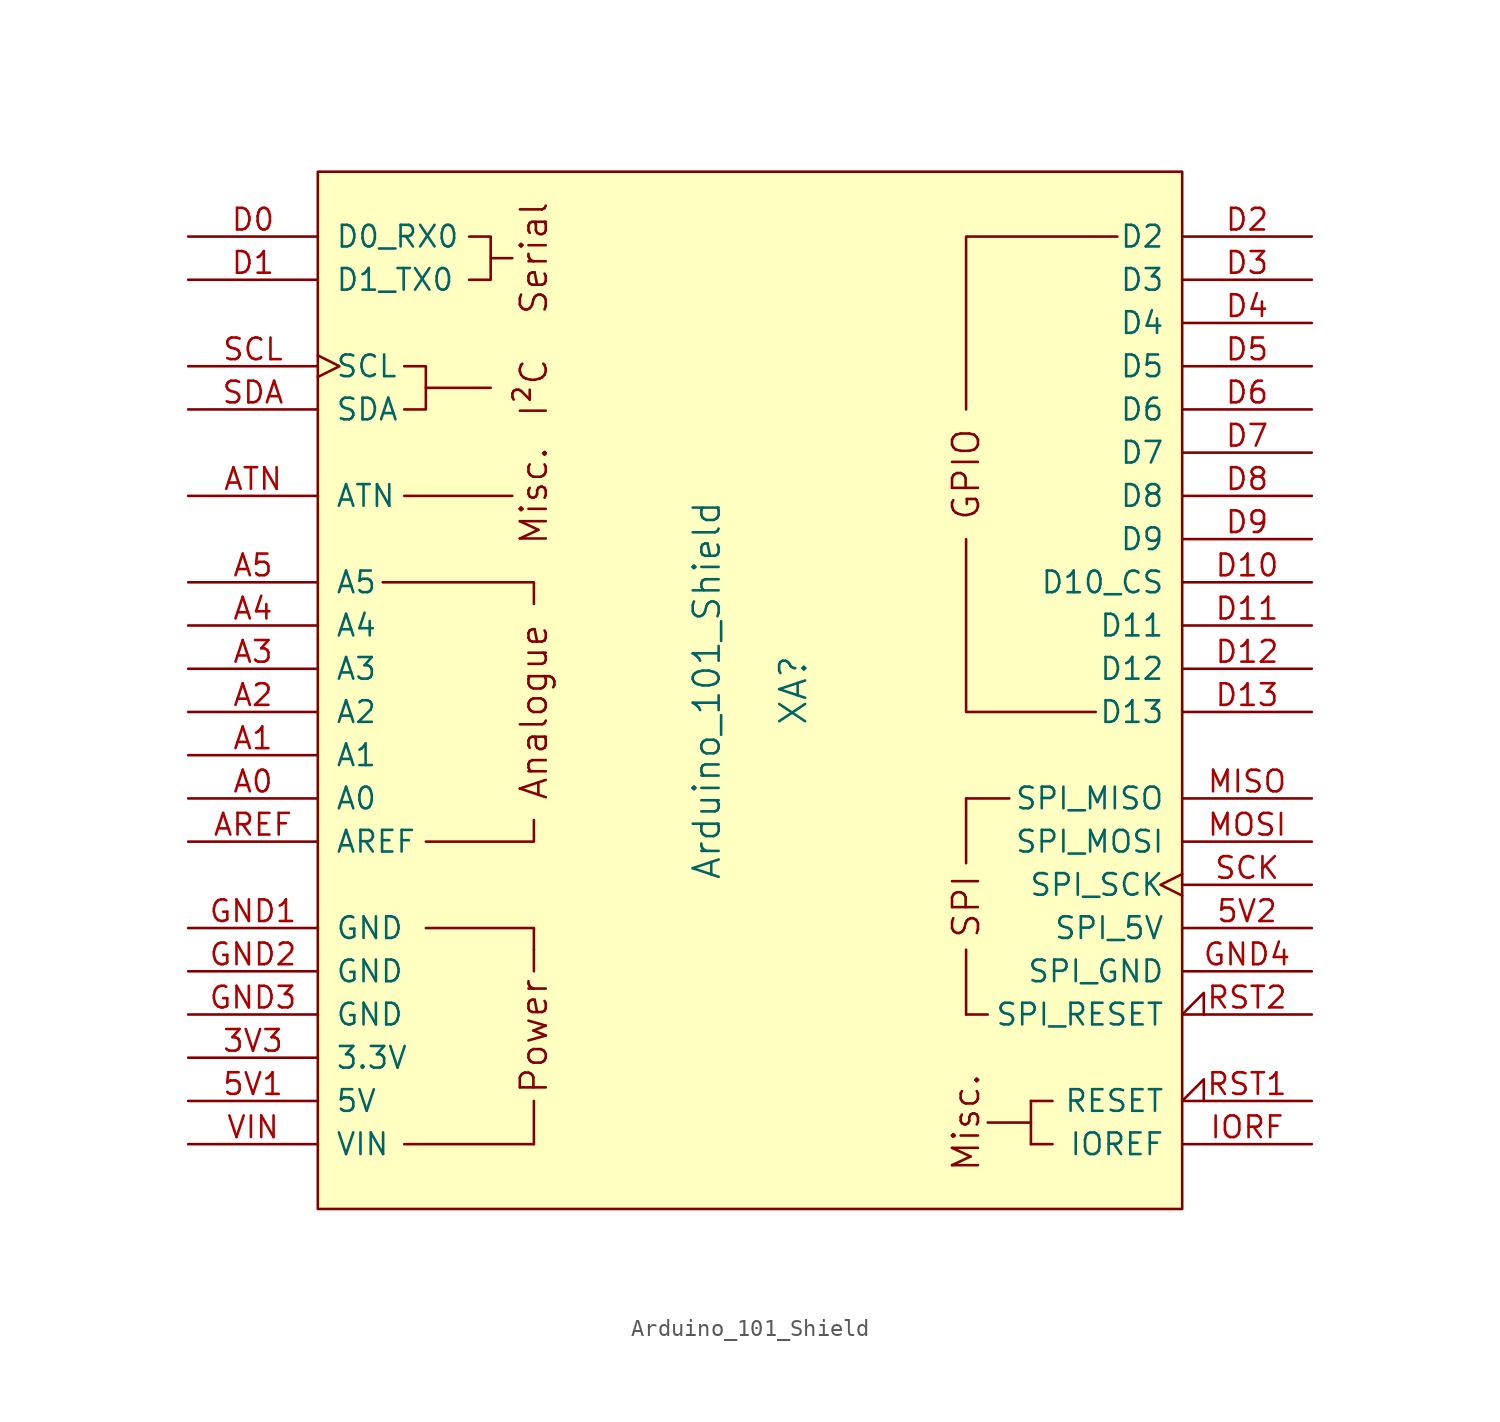
<source format=kicad_sym>
(kicad_symbol_lib
  (version 20211014)
  (generator kicad_symbol_editor)
  (symbol "Arduino_101_Shield"
    (pin_names
      (offset 1.016))
    (property "Reference" "XA"
      (at 2.54 0 90)
      (effects (font (size 1.524 1.524))))
    (property "Value" "Arduino_101_Shield"
      (at -2.54 0 90)
      (effects (font (size 1.524 1.524))))
    (symbol "Arduino_101_Shield_0_0"
      (rectangle (start -25.4 30.48) (end 25.4 -30.48) (stroke (width 0) (type default) (color 0 0 0 0)) (fill (type background)))
      (rectangle (start -20.32 -26.67) (end -12.7 -26.67) (stroke (width 0) (type default) (color 0 0 0 0)) (fill (type none)))
      (rectangle (start -19.05 -13.97) (end -12.7 -13.97) (stroke (width 0) (type default) (color 0 0 0 0)) (fill (type none)))
      (polyline (pts (xy -19.05 17.78) (xy -15.24 17.78)) (stroke (width 0) (type default) (color 0 0 0 0)) (fill (type none)))
      (polyline (pts (xy -15.24 25.4) (xy -13.97 25.4)) (stroke (width 0) (type default) (color 0 0 0 0)) (fill (type none)))
      (polyline (pts (xy -13.97 11.43) (xy -20.32 11.43)) (stroke (width 0) (type default) (color 0 0 0 0)) (fill (type none)))
      (polyline (pts (xy -12.7 -26.67) (xy -12.7 -24.13)) (stroke (width 0) (type default) (color 0 0 0 0)) (fill (type none)))
      (polyline (pts (xy -12.7 -15.24) (xy -12.7 -16.51)) (stroke (width 0) (type default) (color 0 0 0 0)) (fill (type none)))
      (polyline (pts (xy -12.7 -13.97) (xy -12.7 -15.24)) (stroke (width 0) (type default) (color 0 0 0 0)) (fill (type none)))
      (polyline (pts (xy -12.7 -7.62) (xy -12.7 -8.89) (xy -19.05 -8.89)) (stroke (width 0) (type default) (color 0 0 0 0)) (fill (type none)))
      (polyline (pts (xy -12.7 5.08) (xy -12.7 6.35) (xy -21.59 6.35)) (stroke (width 0) (type default) (color 0 0 0 0)) (fill (type none)))
      (polyline (pts (xy 12.7 8.89) (xy 12.7 -1.27) (xy 20.32 -1.27)) (stroke (width 0) (type default) (color 0 0 0 0)) (fill (type none)))
      (polyline (pts (xy 12.7 16.51) (xy 12.7 26.67) (xy 21.59 26.67)) (stroke (width 0) (type default) (color 0 0 0 0)) (fill (type none)))
      (polyline (pts (xy -20.32 19.05) (xy -19.05 19.05) (xy -19.05 16.51) (xy -20.32 16.51)) (stroke (width 0) (type default) (color 0 0 0 0)) (fill (type none)))
      (polyline (pts (xy -16.51 26.67) (xy -15.24 26.67) (xy -15.24 24.13) (xy -16.51 24.13)) (stroke (width 0) (type default) (color 0 0 0 0)) (fill (type none)))
      (rectangle (start 12.7 -19.05) (end 12.7 -15.24) (stroke (width 0) (type default) (color 0 0 0 0)) (fill (type none)))
      (rectangle (start 12.7 -10.16) (end 12.7 -6.35) (stroke (width 0) (type default) (color 0 0 0 0)) (fill (type none)))
      (rectangle (start 13.97 -19.05) (end 12.7 -19.05) (stroke (width 0) (type default) (color 0 0 0 0)) (fill (type none)))
      (rectangle (start 15.24 -6.35) (end 12.7 -6.35) (stroke (width 0) (type default) (color 0 0 0 0)) (fill (type none)))
      (rectangle (start 16.51 -25.4) (end 13.97 -25.4) (stroke (width 0) (type default) (color 0 0 0 0)) (fill (type none)))
      (rectangle (start 16.51 -24.13) (end 16.51 -26.67) (stroke (width 0) (type default) (color 0 0 0 0)) (fill (type none)))
      (rectangle (start 17.78 -26.67) (end 16.51 -26.67) (stroke (width 0) (type default) (color 0 0 0 0)) (fill (type none)))
      (rectangle (start 17.78 -24.13) (end 16.51 -24.13) (stroke (width 0) (type default) (color 0 0 0 0)) (fill (type none)))
      (text "Analogue" (at -12.7 -1.27 900) (effects (font (size 1.524 1.524))))
      (text "I²C" (at -12.7 17.78 900) (effects (font (size 1.524 1.524))))
      (text "Misc." (at -12.7 11.43 900) (effects (font (size 1.524 1.524))))
      (text "Misc." (at 12.7 -25.4 900) (effects (font (size 1.524 1.524))))
      (text "Power" (at -12.7 -20.32 900) (effects (font (size 1.524 1.524))))
      (text "Serial" (at -12.7 25.4 900) (effects (font (size 1.524 1.524))))
      (text "SPI" (at 12.7 -12.7 900) (effects (font (size 1.524 1.524)))))
    (symbol "Arduino_101_Shield_1_0"
      (text "GPIO" (at 12.7 12.7 900) (effects (font (size 1.524 1.524)))))
    (symbol "Arduino_101_Shield_1_1"
      (pin power_in line (at -33.02 -21.59 0) (length 7.62) (name "3.3V" (effects (font (size 1.27 1.27)))) (number "3V3" (effects (font (size 1.27 1.27)))))
      (pin power_in line (at -33.02 -24.13 0) (length 7.62) (name "5V" (effects (font (size 1.27 1.27)))) (number "5V1" (effects (font (size 1.27 1.27)))))
      (pin power_in line (at 33.02 -13.97 180) (length 7.62) (name "SPI_5V" (effects (font (size 1.27 1.27)))) (number "5V2" (effects (font (size 1.27 1.27)))))
      (pin bidirectional line (at -33.02 -6.35 0) (length 7.62) (name "A0" (effects (font (size 1.27 1.27)))) (number "A0" (effects (font (size 1.27 1.27)))))
      (pin bidirectional line (at -33.02 -3.81 0) (length 7.62) (name "A1" (effects (font (size 1.27 1.27)))) (number "A1" (effects (font (size 1.27 1.27)))))
      (pin bidirectional line (at -33.02 -1.27 0) (length 7.62) (name "A2" (effects (font (size 1.27 1.27)))) (number "A2" (effects (font (size 1.27 1.27)))))
      (pin bidirectional line (at -33.02 1.27 0) (length 7.62) (name "A3" (effects (font (size 1.27 1.27)))) (number "A3" (effects (font (size 1.27 1.27)))))
      (pin bidirectional line (at -33.02 3.81 0) (length 7.62) (name "A4" (effects (font (size 1.27 1.27)))) (number "A4" (effects (font (size 1.27 1.27)))))
      (pin bidirectional line (at -33.02 6.35 0) (length 7.62) (name "A5" (effects (font (size 1.27 1.27)))) (number "A5" (effects (font (size 1.27 1.27)))))
      (pin input line (at -33.02 -8.89 0) (length 7.62) (name "AREF" (effects (font (size 1.27 1.27)))) (number "AREF" (effects (font (size 1.27 1.27)))))
      (pin bidirectional line (at -33.02 11.43 0) (length 7.62) (name "ATN" (effects (font (size 1.27 1.27)))) (number "ATN" (effects (font (size 1.27 1.27)))))
      (pin bidirectional line (at -33.02 26.67 0) (length 7.62) (name "D0_RX0" (effects (font (size 1.27 1.27)))) (number "D0" (effects (font (size 1.27 1.27)))))
      (pin bidirectional line (at -33.02 24.13 0) (length 7.62) (name "D1_TX0" (effects (font (size 1.27 1.27)))) (number "D1" (effects (font (size 1.27 1.27)))))
      (pin bidirectional line (at 33.02 6.35 180) (length 7.62) (name "D10_CS" (effects (font (size 1.27 1.27)))) (number "D10" (effects (font (size 1.27 1.27)))))
      (pin bidirectional line (at 33.02 3.81 180) (length 7.62) (name "D11" (effects (font (size 1.27 1.27)))) (number "D11" (effects (font (size 1.27 1.27)))))
      (pin bidirectional line (at 33.02 1.27 180) (length 7.62) (name "D12" (effects (font (size 1.27 1.27)))) (number "D12" (effects (font (size 1.27 1.27)))))
      (pin bidirectional line (at 33.02 -1.27 180) (length 7.62) (name "D13" (effects (font (size 1.27 1.27)))) (number "D13" (effects (font (size 1.27 1.27)))))
      (pin bidirectional line (at 33.02 26.67 180) (length 7.62) (name "D2" (effects (font (size 1.27 1.27)))) (number "D2" (effects (font (size 1.27 1.27)))))
      (pin bidirectional line (at 33.02 24.13 180) (length 7.62) (name "D3" (effects (font (size 1.27 1.27)))) (number "D3" (effects (font (size 1.27 1.27)))))
      (pin bidirectional line (at 33.02 21.59 180) (length 7.62) (name "D4" (effects (font (size 1.27 1.27)))) (number "D4" (effects (font (size 1.27 1.27)))))
      (pin bidirectional line (at 33.02 19.05 180) (length 7.62) (name "D5" (effects (font (size 1.27 1.27)))) (number "D5" (effects (font (size 1.27 1.27)))))
      (pin bidirectional line (at 33.02 16.51 180) (length 7.62) (name "D6" (effects (font (size 1.27 1.27)))) (number "D6" (effects (font (size 1.27 1.27)))))
      (pin bidirectional line (at 33.02 13.97 180) (length 7.62) (name "D7" (effects (font (size 1.27 1.27)))) (number "D7" (effects (font (size 1.27 1.27)))))
      (pin bidirectional line (at 33.02 11.43 180) (length 7.62) (name "D8" (effects (font (size 1.27 1.27)))) (number "D8" (effects (font (size 1.27 1.27)))))
      (pin bidirectional line (at 33.02 8.89 180) (length 7.62) (name "D9" (effects (font (size 1.27 1.27)))) (number "D9" (effects (font (size 1.27 1.27)))))
      (pin power_in line (at -33.02 -13.97 0) (length 7.62) (name "GND" (effects (font (size 1.27 1.27)))) (number "GND1" (effects (font (size 1.27 1.27)))))
      (pin power_in line (at -33.02 -16.51 0) (length 7.62) (name "GND" (effects (font (size 1.27 1.27)))) (number "GND2" (effects (font (size 1.27 1.27)))))
      (pin power_in line (at -33.02 -19.05 0) (length 7.62) (name "GND" (effects (font (size 1.27 1.27)))) (number "GND3" (effects (font (size 1.27 1.27)))))
      (pin power_in line (at 33.02 -16.51 180) (length 7.62) (name "SPI_GND" (effects (font (size 1.27 1.27)))) (number "GND4" (effects (font (size 1.27 1.27)))))
      (pin output line (at 33.02 -26.67 180) (length 7.62) (name "IOREF" (effects (font (size 1.27 1.27)))) (number "IORF" (effects (font (size 1.27 1.27)))))
      (pin input line (at 33.02 -6.35 180) (length 7.62) (name "SPI_MISO" (effects (font (size 1.27 1.27)))) (number "MISO" (effects (font (size 1.27 1.27)))))
      (pin output line (at 33.02 -8.89 180) (length 7.62) (name "SPI_MOSI" (effects (font (size 1.27 1.27)))) (number "MOSI" (effects (font (size 1.27 1.27)))))
      (pin open_collector input_low (at 33.02 -24.13 180) (length 7.62) (name "RESET" (effects (font (size 1.27 1.27)))) (number "RST1" (effects (font (size 1.27 1.27)))))
      (pin open_collector input_low (at 33.02 -19.05 180) (length 7.62) (name "SPI_RESET" (effects (font (size 1.27 1.27)))) (number "RST2" (effects (font (size 1.27 1.27)))))
      (pin output clock (at 33.02 -11.43 180) (length 7.62) (name "SPI_SCK" (effects (font (size 1.27 1.27)))) (number "SCK" (effects (font (size 1.27 1.27)))))
      (pin bidirectional clock (at -33.02 19.05 0) (length 7.62) (name "SCL" (effects (font (size 1.27 1.27)))) (number "SCL" (effects (font (size 1.27 1.27)))))
      (pin bidirectional line (at -33.02 16.51 0) (length 7.62) (name "SDA" (effects (font (size 1.27 1.27)))) (number "SDA" (effects (font (size 1.27 1.27)))))
      (pin power_in line (at -33.02 -26.67 0) (length 7.62) (name "VIN" (effects (font (size 1.27 1.27)))) (number "VIN" (effects (font (size 1.27 1.27))))))))
</source>
